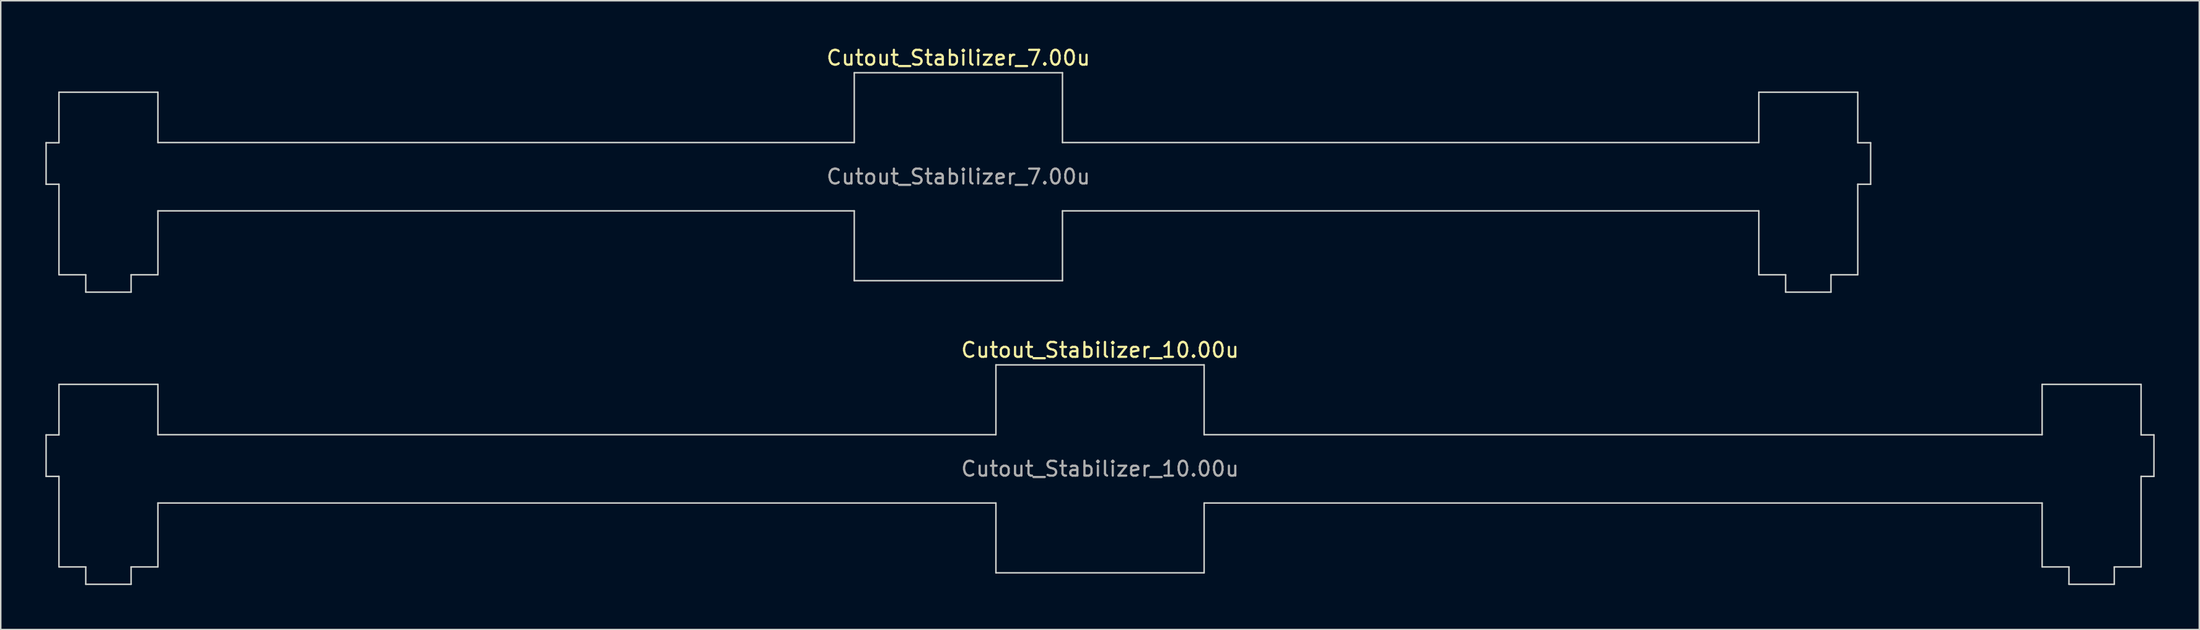
<source format=kicad_pcb>
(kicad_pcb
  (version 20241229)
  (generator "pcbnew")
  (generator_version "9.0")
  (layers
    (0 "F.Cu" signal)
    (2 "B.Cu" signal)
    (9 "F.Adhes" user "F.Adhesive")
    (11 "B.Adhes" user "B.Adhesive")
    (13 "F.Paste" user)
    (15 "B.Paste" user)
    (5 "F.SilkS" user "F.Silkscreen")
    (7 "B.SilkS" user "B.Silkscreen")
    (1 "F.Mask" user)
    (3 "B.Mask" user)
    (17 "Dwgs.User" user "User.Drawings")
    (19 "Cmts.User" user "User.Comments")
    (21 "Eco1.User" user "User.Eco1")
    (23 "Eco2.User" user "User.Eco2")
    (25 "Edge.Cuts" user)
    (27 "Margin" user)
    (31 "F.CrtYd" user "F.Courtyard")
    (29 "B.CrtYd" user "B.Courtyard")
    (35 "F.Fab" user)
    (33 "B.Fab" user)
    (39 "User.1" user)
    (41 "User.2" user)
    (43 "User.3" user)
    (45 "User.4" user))
  (footprint "Cutout_Stabilizer_10.00u"
    (layer "F.Cu")
    (at 70.916 28.519)
    (property "Reference" "Cutout_Stabilizer_10.00u" (at 0 -8 0) (layer "F.SilkS") (effects (font (size 1 1) (thickness 0.15))))
    (attr through_hole)
    (fp_line (start -70.866 -2.286) (end -70.002 -2.286) (stroke (width 0.1) (type solid)) (layer "Edge.Cuts"))
    (fp_line (start -70.866 0.508) (end -70.866 -2.286) (stroke (width 0.1) (type solid)) (layer "Edge.Cuts"))
    (fp_line (start -70.002 -5.69) (end -63.348 -5.69) (stroke (width 0.1) (type solid)) (layer "Edge.Cuts"))
    (fp_line (start -70.002 -2.286) (end -70.002 -5.69) (stroke (width 0.1) (type solid)) (layer "Edge.Cuts"))
    (fp_line (start -70.002 0.508) (end -70.866 0.508) (stroke (width 0.1) (type solid)) (layer "Edge.Cuts"))
    (fp_line (start -70.002 6.604) (end -70.002 0.508) (stroke (width 0.1) (type solid)) (layer "Edge.Cuts"))
    (fp_line (start -68.199 6.604) (end -70.002 6.604) (stroke (width 0.1) (type solid)) (layer "Edge.Cuts"))
    (fp_line (start -68.199 7.772) (end -68.199 6.604) (stroke (width 0.1) (type solid)) (layer "Edge.Cuts"))
    (fp_line (start -65.151 6.604) (end -65.151 7.772) (stroke (width 0.1) (type solid)) (layer "Edge.Cuts"))
    (fp_line (start -65.151 7.772) (end -68.199 7.772) (stroke (width 0.1) (type solid)) (layer "Edge.Cuts"))
    (fp_line (start -63.348 -5.69) (end -63.348 -2.3) (stroke (width 0.1) (type solid)) (layer "Edge.Cuts"))
    (fp_line (start -63.348 -2.3) (end -7 -2.3) (stroke (width 0.1) (type solid)) (layer "Edge.Cuts"))
    (fp_line (start -63.348 2.3) (end -63.348 6.604) (stroke (width 0.1) (type solid)) (layer "Edge.Cuts"))
    (fp_line (start -63.348 6.604) (end -65.151 6.604) (stroke (width 0.1) (type solid)) (layer "Edge.Cuts"))
    (fp_line (start -7 -7) (end -7 -2.3) (stroke (width 0.1) (type solid)) (layer "Edge.Cuts"))
    (fp_line (start -7 -7) (end 7 -7) (stroke (width 0.1) (type solid)) (layer "Edge.Cuts"))
    (fp_line (start -7 2.3) (end -63.348 2.3) (stroke (width 0.1) (type solid)) (layer "Edge.Cuts"))
    (fp_line (start -7 2.3) (end -7 7) (stroke (width 0.1) (type solid)) (layer "Edge.Cuts"))
    (fp_line (start -7 7) (end 7 7) (stroke (width 0.1) (type solid)) (layer "Edge.Cuts"))
    (fp_line (start 7 -7) (end 7 -2.3) (stroke (width 0.1) (type solid)) (layer "Edge.Cuts"))
    (fp_line (start 7 2.3) (end 7 7) (stroke (width 0.1) (type solid)) (layer "Edge.Cuts"))
    (fp_line (start 7 2.3) (end 63.348 2.3) (stroke (width 0.1) (type solid)) (layer "Edge.Cuts"))
    (fp_line (start 63.348 -5.69) (end 63.348 -2.3) (stroke (width 0.1) (type solid)) (layer "Edge.Cuts"))
    (fp_line (start 63.348 -2.3) (end 7 -2.3) (stroke (width 0.1) (type solid)) (layer "Edge.Cuts"))
    (fp_line (start 63.348 2.3) (end 63.348 6.604) (stroke (width 0.1) (type solid)) (layer "Edge.Cuts"))
    (fp_line (start 63.348 6.604) (end 65.151 6.604) (stroke (width 0.1) (type solid)) (layer "Edge.Cuts"))
    (fp_line (start 65.151 6.604) (end 65.151 7.772) (stroke (width 0.1) (type solid)) (layer "Edge.Cuts"))
    (fp_line (start 65.151 7.772) (end 68.199 7.772) (stroke (width 0.1) (type solid)) (layer "Edge.Cuts"))
    (fp_line (start 68.199 6.604) (end 70.002 6.604) (stroke (width 0.1) (type solid)) (layer "Edge.Cuts"))
    (fp_line (start 68.199 7.772) (end 68.199 6.604) (stroke (width 0.1) (type solid)) (layer "Edge.Cuts"))
    (fp_line (start 70.002 -5.69) (end 63.348 -5.69) (stroke (width 0.1) (type solid)) (layer "Edge.Cuts"))
    (fp_line (start 70.002 -2.286) (end 70.002 -5.69) (stroke (width 0.1) (type solid)) (layer "Edge.Cuts"))
    (fp_line (start 70.002 0.508) (end 70.866 0.508) (stroke (width 0.1) (type solid)) (layer "Edge.Cuts"))
    (fp_line (start 70.002 6.604) (end 70.002 0.508) (stroke (width 0.1) (type solid)) (layer "Edge.Cuts"))
    (fp_line (start 70.866 -2.286) (end 70.002 -2.286) (stroke (width 0.1) (type solid)) (layer "Edge.Cuts"))
    (fp_line (start 70.866 0.508) (end 70.866 -2.286) (stroke (width 0.1) (type solid)) (layer "Edge.Cuts"))
    (fp_text user "${REFERENCE}" (at 0 0 0) (layer "F.Fab") (effects (font (size 1 1) (thickness 0.15)))))
  (footprint "Cutout_Stabilizer_7.00u"
    (layer "F.Cu")
    (at 61.391 8.848)
    (property "Reference" "Cutout_Stabilizer_7.00u" (at 0 -8 0) (layer "F.SilkS") (effects (font (size 1 1) (thickness 0.15))))
    (attr through_hole)
    (fp_line (start -61.341 -2.286) (end -60.477 -2.286) (stroke (width 0.1) (type solid)) (layer "Edge.Cuts"))
    (fp_line (start -61.341 0.508) (end -61.341 -2.286) (stroke (width 0.1) (type solid)) (layer "Edge.Cuts"))
    (fp_line (start -60.477 -5.69) (end -53.823 -5.69) (stroke (width 0.1) (type solid)) (layer "Edge.Cuts"))
    (fp_line (start -60.477 -2.286) (end -60.477 -5.69) (stroke (width 0.1) (type solid)) (layer "Edge.Cuts"))
    (fp_line (start -60.477 0.508) (end -61.341 0.508) (stroke (width 0.1) (type solid)) (layer "Edge.Cuts"))
    (fp_line (start -60.477 6.604) (end -60.477 0.508) (stroke (width 0.1) (type solid)) (layer "Edge.Cuts"))
    (fp_line (start -58.674 6.604) (end -60.477 6.604) (stroke (width 0.1) (type solid)) (layer "Edge.Cuts"))
    (fp_line (start -58.674 7.772) (end -58.674 6.604) (stroke (width 0.1) (type solid)) (layer "Edge.Cuts"))
    (fp_line (start -55.626 6.604) (end -55.626 7.772) (stroke (width 0.1) (type solid)) (layer "Edge.Cuts"))
    (fp_line (start -55.626 7.772) (end -58.674 7.772) (stroke (width 0.1) (type solid)) (layer "Edge.Cuts"))
    (fp_line (start -53.823 -5.69) (end -53.823 -2.3) (stroke (width 0.1) (type solid)) (layer "Edge.Cuts"))
    (fp_line (start -53.823 -2.3) (end -7 -2.3) (stroke (width 0.1) (type solid)) (layer "Edge.Cuts"))
    (fp_line (start -53.823 2.3) (end -53.823 6.604) (stroke (width 0.1) (type solid)) (layer "Edge.Cuts"))
    (fp_line (start -53.823 6.604) (end -55.626 6.604) (stroke (width 0.1) (type solid)) (layer "Edge.Cuts"))
    (fp_line (start -7 -7) (end -7 -2.3) (stroke (width 0.1) (type solid)) (layer "Edge.Cuts"))
    (fp_line (start -7 -7) (end 7 -7) (stroke (width 0.1) (type solid)) (layer "Edge.Cuts"))
    (fp_line (start -7 2.3) (end -53.823 2.3) (stroke (width 0.1) (type solid)) (layer "Edge.Cuts"))
    (fp_line (start -7 2.3) (end -7 7) (stroke (width 0.1) (type solid)) (layer "Edge.Cuts"))
    (fp_line (start -7 7) (end 7 7) (stroke (width 0.1) (type solid)) (layer "Edge.Cuts"))
    (fp_line (start 7 -7) (end 7 -2.3) (stroke (width 0.1) (type solid)) (layer "Edge.Cuts"))
    (fp_line (start 7 2.3) (end 7 7) (stroke (width 0.1) (type solid)) (layer "Edge.Cuts"))
    (fp_line (start 7 2.3) (end 53.823 2.3) (stroke (width 0.1) (type solid)) (layer "Edge.Cuts"))
    (fp_line (start 53.823 -5.69) (end 53.823 -2.3) (stroke (width 0.1) (type solid)) (layer "Edge.Cuts"))
    (fp_line (start 53.823 -2.3) (end 7 -2.3) (stroke (width 0.1) (type solid)) (layer "Edge.Cuts"))
    (fp_line (start 53.823 2.3) (end 53.823 6.604) (stroke (width 0.1) (type solid)) (layer "Edge.Cuts"))
    (fp_line (start 53.823 6.604) (end 55.626 6.604) (stroke (width 0.1) (type solid)) (layer "Edge.Cuts"))
    (fp_line (start 55.626 6.604) (end 55.626 7.772) (stroke (width 0.1) (type solid)) (layer "Edge.Cuts"))
    (fp_line (start 55.626 7.772) (end 58.674 7.772) (stroke (width 0.1) (type solid)) (layer "Edge.Cuts"))
    (fp_line (start 58.674 6.604) (end 60.477 6.604) (stroke (width 0.1) (type solid)) (layer "Edge.Cuts"))
    (fp_line (start 58.674 7.772) (end 58.674 6.604) (stroke (width 0.1) (type solid)) (layer "Edge.Cuts"))
    (fp_line (start 60.477 -5.69) (end 53.823 -5.69) (stroke (width 0.1) (type solid)) (layer "Edge.Cuts"))
    (fp_line (start 60.477 -2.286) (end 60.477 -5.69) (stroke (width 0.1) (type solid)) (layer "Edge.Cuts"))
    (fp_line (start 60.477 0.508) (end 61.341 0.508) (stroke (width 0.1) (type solid)) (layer "Edge.Cuts"))
    (fp_line (start 60.477 6.604) (end 60.477 0.508) (stroke (width 0.1) (type solid)) (layer "Edge.Cuts"))
    (fp_line (start 61.341 -2.286) (end 60.477 -2.286) (stroke (width 0.1) (type solid)) (layer "Edge.Cuts"))
    (fp_line (start 61.341 0.508) (end 61.341 -2.286) (stroke (width 0.1) (type solid)) (layer "Edge.Cuts"))
    (fp_text user "${REFERENCE}" (at 0 0 0) (layer "F.Fab") (effects (font (size 1 1) (thickness 0.15)))))
  (gr_rect
    (start -3 -3)
    (end 144.832 39.341)
    (stroke (width 0.1) (type default))
    (fill no)
    (layer "Edge.Cuts")))
</source>
